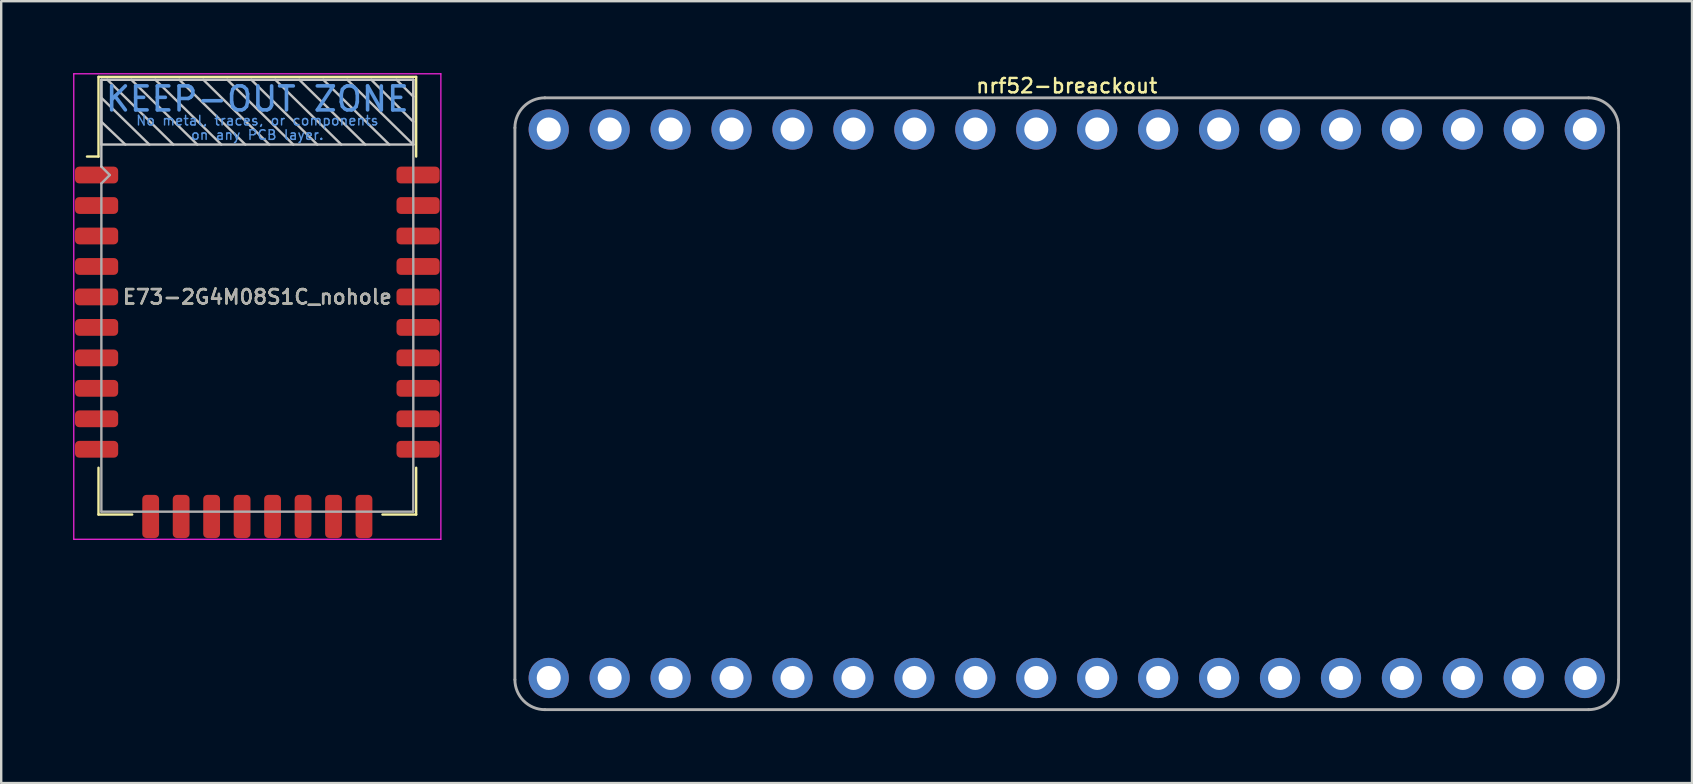
<source format=kicad_pcb>
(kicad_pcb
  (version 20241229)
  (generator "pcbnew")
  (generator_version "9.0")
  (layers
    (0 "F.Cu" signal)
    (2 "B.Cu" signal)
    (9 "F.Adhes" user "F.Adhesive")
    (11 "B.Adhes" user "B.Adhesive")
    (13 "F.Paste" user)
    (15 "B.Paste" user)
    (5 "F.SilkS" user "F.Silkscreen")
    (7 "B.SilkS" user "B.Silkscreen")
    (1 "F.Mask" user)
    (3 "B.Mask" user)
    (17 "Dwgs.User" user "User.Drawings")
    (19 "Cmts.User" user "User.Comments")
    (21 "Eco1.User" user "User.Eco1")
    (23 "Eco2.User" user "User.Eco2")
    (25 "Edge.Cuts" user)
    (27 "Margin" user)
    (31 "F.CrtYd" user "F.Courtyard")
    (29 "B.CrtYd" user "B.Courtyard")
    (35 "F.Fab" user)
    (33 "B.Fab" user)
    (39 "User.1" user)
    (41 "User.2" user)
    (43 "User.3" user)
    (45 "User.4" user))
  (footprint "E73-2G4M08S1C_nohole"
    (layer "F.Cu")
    (at 7.675 9.325)
    (property "Reference" "E73-2G4M08S1C_nohole" (at 0 0 0) (layer "F.SilkS") (effects (font (size 0.6 0.6) (thickness 0.1))))
    (attr smd)
    (fp_line (start -6.62 -9.17) (end -6.62 -5.85) (stroke (width 0.1) (type solid)) (layer "F.SilkS"))
    (fp_line (start -6.62 -5.85) (end -7.1 -5.85) (stroke (width 0.1) (type solid)) (layer "F.SilkS"))
    (fp_line (start -6.62 9.07) (end -6.62 7.12) (stroke (width 0.1) (type solid)) (layer "F.SilkS"))
    (fp_line (start -6.62 9.07) (end -5.215 9.07) (stroke (width 0.1) (type solid)) (layer "F.SilkS"))
    (fp_line (start 6.62 -9.17) (end -6.62 -9.17) (stroke (width 0.1) (type solid)) (layer "F.SilkS"))
    (fp_line (start 6.62 -9.17) (end 6.62 -5.85) (stroke (width 0.1) (type solid)) (layer "F.SilkS"))
    (fp_line (start 6.62 9.07) (end 5.215 9.07) (stroke (width 0.1) (type solid)) (layer "F.SilkS"))
    (fp_line (start 6.62 9.07) (end 6.62 7.12) (stroke (width 0.1) (type solid)) (layer "F.SilkS"))
    (fp_line (start -6.5 -9.05) (end 6.5 -9.05) (stroke (width 0.1) (type solid)) (layer "Dwgs.User"))
    (fp_line (start -6.5 -8.3) (end -4.5 -6.35) (stroke (width 0.1) (type solid)) (layer "Dwgs.User"))
    (fp_line (start -6.5 -5.43) (end -6.5 -9.05) (stroke (width 0.1) (type solid)) (layer "Dwgs.User"))
    (fp_line (start -5.5 -6.35) (end -6.5 -7.3) (stroke (width 0.1) (type solid)) (layer "Dwgs.User"))
    (fp_line (start -5.25 -9.05) (end -2.5 -6.35) (stroke (width 0.1) (type solid)) (layer "Dwgs.User"))
    (fp_line (start -3.5 -6.35) (end -6.25 -9.05) (stroke (width 0.1) (type solid)) (layer "Dwgs.User"))
    (fp_line (start -3.25 -9.05) (end -0.5 -6.35) (stroke (width 0.1) (type solid)) (layer "Dwgs.User"))
    (fp_line (start -1.5 -6.35) (end -4.25 -9.05) (stroke (width 0.1) (type solid)) (layer "Dwgs.User"))
    (fp_line (start -1.25 -9.05) (end 1.5 -6.35) (stroke (width 0.1) (type solid)) (layer "Dwgs.User"))
    (fp_line (start 0.5 -6.35) (end -2.25 -9.05) (stroke (width 0.1) (type solid)) (layer "Dwgs.User"))
    (fp_line (start 0.75 -9.05) (end 3.5 -6.35) (stroke (width 0.1) (type solid)) (layer "Dwgs.User"))
    (fp_line (start 2.5 -6.35) (end -0.25 -9.05) (stroke (width 0.1) (type solid)) (layer "Dwgs.User"))
    (fp_line (start 2.75 -9.05) (end 5.5 -6.35) (stroke (width 0.1) (type solid)) (layer "Dwgs.User"))
    (fp_line (start 4.5 -6.35) (end 1.75 -9.05) (stroke (width 0.1) (type solid)) (layer "Dwgs.User"))
    (fp_line (start 4.75 -9.05) (end 6.5 -7.3) (stroke (width 0.1) (type solid)) (layer "Dwgs.User"))
    (fp_line (start 5.8 -9.05) (end 6.5 -8.35) (stroke (width 0.1) (type solid)) (layer "Dwgs.User"))
    (fp_line (start 6.5 -9.05) (end 6.5 -6.35) (stroke (width 0.1) (type solid)) (layer "Dwgs.User"))
    (fp_line (start 6.5 -6.35) (end -6.5 -6.35) (stroke (width 0.1) (type solid)) (layer "Dwgs.User"))
    (fp_line (start 6.5 -6.35) (end 3.75 -9.05) (stroke (width 0.1) (type solid)) (layer "Dwgs.User"))
    (fp_line (start -7.65 -9.3) (end -7.65 10.1) (stroke (width 0.05) (type solid)) (layer "F.CrtYd"))
    (fp_line (start -7.65 10.1) (end 7.65 10.1) (stroke (width 0.05) (type solid)) (layer "F.CrtYd"))
    (fp_line (start 7.65 -9.3) (end -7.65 -9.3) (stroke (width 0.05) (type solid)) (layer "F.CrtYd"))
    (fp_line (start 7.65 10.1) (end 7.65 -9.3) (stroke (width 0.05) (type solid)) (layer "F.CrtYd"))
    (fp_line (start -6.5 -6.35) (end -6.5 -9.05) (stroke (width 0.1) (type solid)) (layer "F.Fab"))
    (fp_line (start -6.5 -5.43) (end -6.15 -5.08) (stroke (width 0.1) (type solid)) (layer "F.Fab"))
    (fp_line (start -6.5 -4.73) (end -6.5 8.95) (stroke (width 0.1) (type solid)) (layer "F.Fab"))
    (fp_line (start -6.5 8.95) (end 6.5 8.95) (stroke (width 0.1) (type solid)) (layer "F.Fab"))
    (fp_line (start -6.15 -5.08) (end -6.5 -4.73) (stroke (width 0.1) (type solid)) (layer "F.Fab"))
    (fp_line (start 6.5 -9.05) (end -6.5 -9.05) (stroke (width 0.1) (type solid)) (layer "F.Fab"))
    (fp_line (start 6.5 8.95) (end 6.5 -9.05) (stroke (width 0.1) (type solid)) (layer "F.Fab"))
    (fp_text user "KEEP-OUT ZONE" (at 0 -8.25 0) (layer "Cmts.User") (effects (font (size 1 1) (thickness 0.15))))
    (fp_text user "No metal, traces, or components" (at 0 -7.35 0) (layer "Cmts.User") (effects (font (size 0.4 0.4) (thickness 0.06))))
    (fp_text user "on any PCB layer." (at 0 -6.75 0) (layer "Cmts.User") (effects (font (size 0.4 0.4) (thickness 0.06))))
    (fp_text user "${REFERENCE}" (at 0 0 0) (layer "F.Fab") (effects (font (size 0.6 0.6) (thickness 0.1))))
    (pad "1" smd roundrect (at -6.7 -5.08) (size 1.8 0.7) (layers "F.Cu" "F.Mask" "F.Paste") (roundrect_rratio 0.25))
    (pad "2" smd roundrect (at -6.7 -3.81) (size 1.8 0.7) (layers "F.Cu" "F.Mask" "F.Paste") (roundrect_rratio 0.25))
    (pad "3" smd roundrect (at -6.7 -2.54) (size 1.8 0.7) (layers "F.Cu" "F.Mask" "F.Paste") (roundrect_rratio 0.25))
    (pad "4" smd roundrect (at -6.7 -1.27) (size 1.8 0.7) (layers "F.Cu" "F.Mask" "F.Paste") (roundrect_rratio 0.25))
    (pad "5" smd roundrect (at -6.7 0) (size 1.8 0.7) (layers "F.Cu" "F.Mask" "F.Paste") (roundrect_rratio 0.25))
    (pad "6" smd roundrect (at -6.7 1.27) (size 1.8 0.7) (layers "F.Cu" "F.Mask" "F.Paste") (roundrect_rratio 0.25))
    (pad "7" smd roundrect (at -6.7 2.54) (size 1.8 0.7) (layers "F.Cu" "F.Mask" "F.Paste") (roundrect_rratio 0.25))
    (pad "8" smd roundrect (at -6.7 3.81) (size 1.8 0.7) (layers "F.Cu" "F.Mask" "F.Paste") (roundrect_rratio 0.25))
    (pad "9" smd roundrect (at -6.7 5.08) (size 1.8 0.7) (layers "F.Cu" "F.Mask" "F.Paste") (roundrect_rratio 0.25))
    (pad "10" smd roundrect (at -6.7 6.35) (size 1.8 0.7) (layers "F.Cu" "F.Mask" "F.Paste") (roundrect_rratio 0.25))
    (pad "11" smd roundrect (at -4.445 9.15) (size 0.7 1.8) (layers "F.Cu" "F.Mask" "F.Paste") (roundrect_rratio 0.25))
    (pad "13" smd roundrect (at -3.175 9.15) (size 0.7 1.8) (layers "F.Cu" "F.Mask" "F.Paste") (roundrect_rratio 0.25))
    (pad "15" smd roundrect (at -1.905 9.15) (size 0.7 1.8) (layers "F.Cu" "F.Mask" "F.Paste") (roundrect_rratio 0.25))
    (pad "17" smd roundrect (at -0.635 9.15) (size 0.7 1.8) (layers "F.Cu" "F.Mask" "F.Paste") (roundrect_rratio 0.25))
    (pad "19" smd roundrect (at 0.635 9.15) (size 0.7 1.8) (layers "F.Cu" "F.Mask" "F.Paste") (roundrect_rratio 0.25))
    (pad "21" smd roundrect (at 1.905 9.15) (size 0.7 1.8) (layers "F.Cu" "F.Mask" "F.Paste") (roundrect_rratio 0.25))
    (pad "23" smd roundrect (at 3.175 9.15) (size 0.7 1.8) (layers "F.Cu" "F.Mask" "F.Paste") (roundrect_rratio 0.25))
    (pad "25" smd roundrect (at 4.445 9.15) (size 0.7 1.8) (layers "F.Cu" "F.Mask" "F.Paste") (roundrect_rratio 0.25))
    (pad "26" smd roundrect (at 6.7 6.35) (size 1.8 0.7) (layers "F.Cu" "F.Mask" "F.Paste") (roundrect_rratio 0.25))
    (pad "27" smd roundrect (at 6.7 5.08) (size 1.8 0.7) (layers "F.Cu" "F.Mask" "F.Paste") (roundrect_rratio 0.25))
    (pad "29" smd roundrect (at 6.7 3.81) (size 1.8 0.7) (layers "F.Cu" "F.Mask" "F.Paste") (roundrect_rratio 0.25))
    (pad "31" smd roundrect (at 6.7 2.54) (size 1.8 0.7) (layers "F.Cu" "F.Mask" "F.Paste") (roundrect_rratio 0.25))
    (pad "33" smd roundrect (at 6.7 1.27) (size 1.8 0.7) (layers "F.Cu" "F.Mask" "F.Paste") (roundrect_rratio 0.25))
    (pad "35" smd roundrect (at 6.7 0) (size 1.8 0.7) (layers "F.Cu" "F.Mask" "F.Paste") (roundrect_rratio 0.25))
    (pad "37" smd roundrect (at 6.7 -1.27) (size 1.8 0.7) (layers "F.Cu" "F.Mask" "F.Paste") (roundrect_rratio 0.25))
    (pad "39" smd roundrect (at 6.7 -2.54) (size 1.8 0.7) (layers "F.Cu" "F.Mask" "F.Paste") (roundrect_rratio 0.25))
    (pad "41" smd roundrect (at 6.7 -3.81) (size 1.8 0.7) (layers "F.Cu" "F.Mask" "F.Paste") (roundrect_rratio 0.25))
    (pad "43" smd roundrect (at 6.7 -5.08) (size 1.8 0.7) (layers "F.Cu" "F.Mask" "F.Paste") (roundrect_rratio 0.25)))
  (footprint "nrf52-breackout"
    (layer "F.Cu")
    (at 41.41 13.777)
    (property "Reference" "nrf52-breackout" (at 0 -13.25 0) (layer "F.SilkS") (effects (font (size 0.6 0.6) (thickness 0.1))))
    (attr through_hole)
    (fp_line (start -23 11.5) (end -23 -11.5) (stroke (width 0.12) (type solid)) (layer "F.Fab"))
    (fp_line (start -21.75 -12.75) (end 21.75 -12.75) (stroke (width 0.12) (type solid)) (layer "F.Fab"))
    (fp_line (start 21.75 12.75) (end -21.75 12.75) (stroke (width 0.12) (type solid)) (layer "F.Fab"))
    (fp_line (start 23 -11.5) (end 23 11.5) (stroke (width 0.12) (type solid)) (layer "F.Fab"))
    (fp_arc (start -23 -11.5) (mid -22.633883 -12.383883) (end -21.75 -12.75) (stroke (width 0.12) (type solid)) (layer "F.Fab"))
    (fp_arc (start -21.75 12.75) (mid -22.633883 12.383883) (end -23 11.5) (stroke (width 0.12) (type solid)) (layer "F.Fab"))
    (fp_arc (start 21.75 -12.75) (mid 22.633883 -12.383883) (end 23 -11.5) (stroke (width 0.12) (type solid)) (layer "F.Fab"))
    (fp_arc (start 23 11.5) (mid 22.633883 12.383883) (end 21.75 12.75) (stroke (width 0.12) (type solid)) (layer "F.Fab"))
    (pad "1" thru_hole circle (at -21.59 11.43) (size 1.676 1.676) (drill 1) (layers "*.Cu" "*.Mask"))
    (pad "2" thru_hole circle (at -19.05 11.43) (size 1.676 1.676) (drill 1) (layers "*.Cu" "*.Mask"))
    (pad "3" thru_hole circle (at -16.51 11.43) (size 1.676 1.676) (drill 1) (layers "*.Cu" "*.Mask"))
    (pad "4" thru_hole circle (at -13.97 11.43) (size 1.676 1.676) (drill 1) (layers "*.Cu" "*.Mask"))
    (pad "5" thru_hole circle (at -11.43 11.43) (size 1.676 1.676) (drill 1) (layers "*.Cu" "*.Mask"))
    (pad "6" thru_hole circle (at -8.89 11.43) (size 1.676 1.676) (drill 1) (layers "*.Cu" "*.Mask"))
    (pad "7" thru_hole circle (at -6.35 11.43) (size 1.676 1.676) (drill 1) (layers "*.Cu" "*.Mask"))
    (pad "8" thru_hole circle (at -3.81 11.43) (size 1.676 1.676) (drill 1) (layers "*.Cu" "*.Mask"))
    (pad "9" thru_hole circle (at -1.27 11.43) (size 1.676 1.676) (drill 1) (layers "*.Cu" "*.Mask"))
    (pad "10" thru_hole circle (at 1.27 11.43) (size 1.676 1.676) (drill 1) (layers "*.Cu" "*.Mask"))
    (pad "11" thru_hole circle (at 3.81 11.43) (size 1.676 1.676) (drill 1) (layers "*.Cu" "*.Mask"))
    (pad "12" thru_hole circle (at 6.35 11.43) (size 1.676 1.676) (drill 1) (layers "*.Cu" "*.Mask"))
    (pad "13" thru_hole circle (at 8.89 11.43) (size 1.676 1.676) (drill 1) (layers "*.Cu" "*.Mask"))
    (pad "14" thru_hole circle (at 11.43 11.43) (size 1.676 1.676) (drill 1) (layers "*.Cu" "*.Mask"))
    (pad "15" thru_hole circle (at 13.97 11.43) (size 1.676 1.676) (drill 1) (layers "*.Cu" "*.Mask"))
    (pad "16" thru_hole circle (at 16.51 11.43) (size 1.676 1.676) (drill 1) (layers "*.Cu" "*.Mask"))
    (pad "17" thru_hole circle (at 19.05 11.43) (size 1.676 1.676) (drill 1) (layers "*.Cu" "*.Mask"))
    (pad "18" thru_hole circle (at 21.59 11.43) (size 1.676 1.676) (drill 1) (layers "*.Cu" "*.Mask"))
    (pad "19" thru_hole circle (at 21.59 -11.43) (size 1.676 1.676) (drill 1) (layers "*.Cu" "*.Mask"))
    (pad "20" thru_hole circle (at 19.05 -11.43) (size 1.676 1.676) (drill 1) (layers "*.Cu" "*.Mask"))
    (pad "21" thru_hole circle (at 16.51 -11.43) (size 1.676 1.676) (drill 1) (layers "*.Cu" "*.Mask"))
    (pad "22" thru_hole circle (at 13.97 -11.43) (size 1.676 1.676) (drill 1) (layers "*.Cu" "*.Mask"))
    (pad "23" thru_hole circle (at 11.43 -11.43) (size 1.676 1.676) (drill 1) (layers "*.Cu" "*.Mask"))
    (pad "24" thru_hole circle (at 8.89 -11.43) (size 1.676 1.676) (drill 1) (layers "*.Cu" "*.Mask"))
    (pad "25" thru_hole circle (at 6.35 -11.43) (size 1.676 1.676) (drill 1) (layers "*.Cu" "*.Mask"))
    (pad "26" thru_hole circle (at 3.81 -11.43) (size 1.676 1.676) (drill 1) (layers "*.Cu" "*.Mask"))
    (pad "27" thru_hole circle (at 1.27 -11.43) (size 1.676 1.676) (drill 1) (layers "*.Cu" "*.Mask"))
    (pad "28" thru_hole circle (at -1.27 -11.43) (size 1.676 1.676) (drill 1) (layers "*.Cu" "*.Mask"))
    (pad "29" thru_hole circle (at -3.81 -11.43) (size 1.676 1.676) (drill 1) (layers "*.Cu" "*.Mask"))
    (pad "30" thru_hole circle (at -6.35 -11.43) (size 1.676 1.676) (drill 1) (layers "*.Cu" "*.Mask"))
    (pad "31" thru_hole circle (at -8.89 -11.43) (size 1.676 1.676) (drill 1) (layers "*.Cu" "*.Mask"))
    (pad "32" thru_hole circle (at -11.43 -11.43) (size 1.676 1.676) (drill 1) (layers "*.Cu" "*.Mask"))
    (pad "33" thru_hole circle (at -13.97 -11.43) (size 1.676 1.676) (drill 1) (layers "*.Cu" "*.Mask"))
    (pad "34" thru_hole circle (at -16.51 -11.43) (size 1.676 1.676) (drill 1) (layers "*.Cu" "*.Mask"))
    (pad "35" thru_hole circle (at -19.05 -11.43) (size 1.676 1.676) (drill 1) (layers "*.Cu" "*.Mask"))
    (pad "36" thru_hole circle (at -21.59 -11.43) (size 1.676 1.676) (drill 1) (layers "*.Cu" "*.Mask")))
  (gr_rect
    (start -3 -3)
    (end 67.47 29.587)
    (stroke (width 0.1) (type default))
    (fill no)
    (layer "Edge.Cuts")))
</source>
